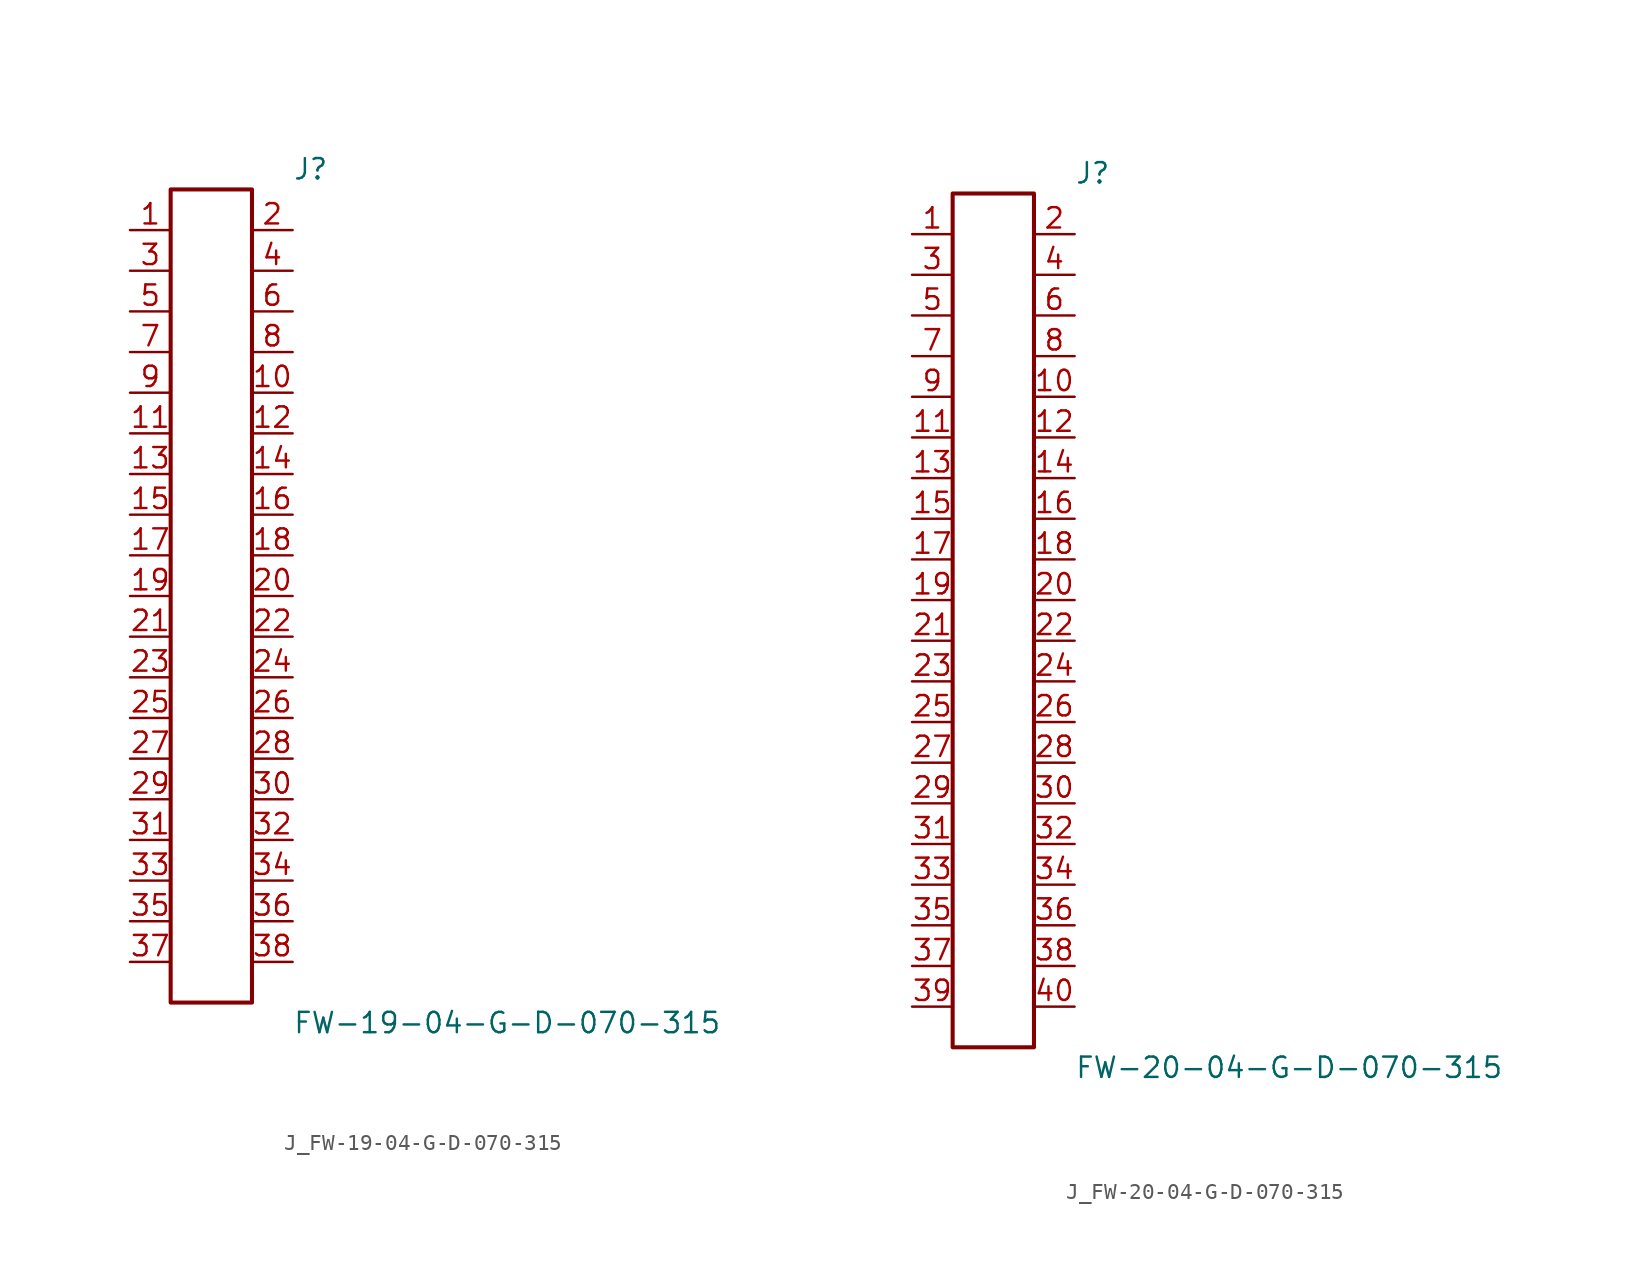
<source format=kicad_sym>
(kicad_symbol_lib
  (version 20231120)
  (generator kicad_symbol_editor)
  (generator_version 8.0)
  (symbol "J_FW-19-04-G-D-070-315"
    (pin_names
      (offset 0.254))
    (property "Reference" "J"
      (at 5.08 26.67 0)
      (effects (font (size 1.27 1.27)) (justify left)))
    (property "Value" "FW-19-04-G-D-070-315"
      (at 5.08 -26.67 0)
      (effects (font (size 1.27 1.27)) (justify left)))
    (symbol "J_FW-19-04-G-D-070-315_0_0"
      (pin passive line (at -5.08 22.86 0) (length 2.54) (name "" (effects (font (size 1.27 1.27)))) (number "1" (effects (font (size 1.27 1.27)))))
      (pin passive line (at 5.08 22.86 180) (length 2.54) (name "" (effects (font (size 1.27 1.27)))) (number "2" (effects (font (size 1.27 1.27)))))
      (pin passive line (at -5.08 20.32 0) (length 2.54) (name "" (effects (font (size 1.27 1.27)))) (number "3" (effects (font (size 1.27 1.27)))))
      (pin passive line (at 5.08 20.32 180) (length 2.54) (name "" (effects (font (size 1.27 1.27)))) (number "4" (effects (font (size 1.27 1.27)))))
      (pin passive line (at -5.08 17.78 0) (length 2.54) (name "" (effects (font (size 1.27 1.27)))) (number "5" (effects (font (size 1.27 1.27)))))
      (pin passive line (at 5.08 17.78 180) (length 2.54) (name "" (effects (font (size 1.27 1.27)))) (number "6" (effects (font (size 1.27 1.27)))))
      (pin passive line (at -5.08 15.24 0) (length 2.54) (name "" (effects (font (size 1.27 1.27)))) (number "7" (effects (font (size 1.27 1.27)))))
      (pin passive line (at 5.08 15.24 180) (length 2.54) (name "" (effects (font (size 1.27 1.27)))) (number "8" (effects (font (size 1.27 1.27)))))
      (pin passive line (at -5.08 12.7 0) (length 2.54) (name "" (effects (font (size 1.27 1.27)))) (number "9" (effects (font (size 1.27 1.27)))))
      (pin passive line (at 5.08 12.7 180) (length 2.54) (name "" (effects (font (size 1.27 1.27)))) (number "10" (effects (font (size 1.27 1.27)))))
      (pin passive line (at -5.08 10.16 0) (length 2.54) (name "" (effects (font (size 1.27 1.27)))) (number "11" (effects (font (size 1.27 1.27)))))
      (pin passive line (at 5.08 10.16 180) (length 2.54) (name "" (effects (font (size 1.27 1.27)))) (number "12" (effects (font (size 1.27 1.27)))))
      (pin passive line (at -5.08 7.62 0) (length 2.54) (name "" (effects (font (size 1.27 1.27)))) (number "13" (effects (font (size 1.27 1.27)))))
      (pin passive line (at 5.08 7.62 180) (length 2.54) (name "" (effects (font (size 1.27 1.27)))) (number "14" (effects (font (size 1.27 1.27)))))
      (pin passive line (at -5.08 5.08 0) (length 2.54) (name "" (effects (font (size 1.27 1.27)))) (number "15" (effects (font (size 1.27 1.27)))))
      (pin passive line (at 5.08 5.08 180) (length 2.54) (name "" (effects (font (size 1.27 1.27)))) (number "16" (effects (font (size 1.27 1.27)))))
      (pin passive line (at -5.08 2.54 0) (length 2.54) (name "" (effects (font (size 1.27 1.27)))) (number "17" (effects (font (size 1.27 1.27)))))
      (pin passive line (at 5.08 2.54 180) (length 2.54) (name "" (effects (font (size 1.27 1.27)))) (number "18" (effects (font (size 1.27 1.27)))))
      (pin passive line (at -5.08 0.0 0) (length 2.54) (name "" (effects (font (size 1.27 1.27)))) (number "19" (effects (font (size 1.27 1.27)))))
      (pin passive line (at 5.08 0.0 180) (length 2.54) (name "" (effects (font (size 1.27 1.27)))) (number "20" (effects (font (size 1.27 1.27)))))
      (pin passive line (at -5.08 -2.54 0) (length 2.54) (name "" (effects (font (size 1.27 1.27)))) (number "21" (effects (font (size 1.27 1.27)))))
      (pin passive line (at 5.08 -2.54 180) (length 2.54) (name "" (effects (font (size 1.27 1.27)))) (number "22" (effects (font (size 1.27 1.27)))))
      (pin passive line (at -5.08 -5.08 0) (length 2.54) (name "" (effects (font (size 1.27 1.27)))) (number "23" (effects (font (size 1.27 1.27)))))
      (pin passive line (at 5.08 -5.08 180) (length 2.54) (name "" (effects (font (size 1.27 1.27)))) (number "24" (effects (font (size 1.27 1.27)))))
      (pin passive line (at -5.08 -7.62 0) (length 2.54) (name "" (effects (font (size 1.27 1.27)))) (number "25" (effects (font (size 1.27 1.27)))))
      (pin passive line (at 5.08 -7.62 180) (length 2.54) (name "" (effects (font (size 1.27 1.27)))) (number "26" (effects (font (size 1.27 1.27)))))
      (pin passive line (at -5.08 -10.16 0) (length 2.54) (name "" (effects (font (size 1.27 1.27)))) (number "27" (effects (font (size 1.27 1.27)))))
      (pin passive line (at 5.08 -10.16 180) (length 2.54) (name "" (effects (font (size 1.27 1.27)))) (number "28" (effects (font (size 1.27 1.27)))))
      (pin passive line (at -5.08 -12.7 0) (length 2.54) (name "" (effects (font (size 1.27 1.27)))) (number "29" (effects (font (size 1.27 1.27)))))
      (pin passive line (at 5.08 -12.7 180) (length 2.54) (name "" (effects (font (size 1.27 1.27)))) (number "30" (effects (font (size 1.27 1.27)))))
      (pin passive line (at -5.08 -15.24 0) (length 2.54) (name "" (effects (font (size 1.27 1.27)))) (number "31" (effects (font (size 1.27 1.27)))))
      (pin passive line (at 5.08 -15.24 180) (length 2.54) (name "" (effects (font (size 1.27 1.27)))) (number "32" (effects (font (size 1.27 1.27)))))
      (pin passive line (at -5.08 -17.78 0) (length 2.54) (name "" (effects (font (size 1.27 1.27)))) (number "33" (effects (font (size 1.27 1.27)))))
      (pin passive line (at 5.08 -17.78 180) (length 2.54) (name "" (effects (font (size 1.27 1.27)))) (number "34" (effects (font (size 1.27 1.27)))))
      (pin passive line (at -5.08 -20.32 0) (length 2.54) (name "" (effects (font (size 1.27 1.27)))) (number "35" (effects (font (size 1.27 1.27)))))
      (pin passive line (at 5.08 -20.32 180) (length 2.54) (name "" (effects (font (size 1.27 1.27)))) (number "36" (effects (font (size 1.27 1.27)))))
      (pin passive line (at -5.08 -22.86 0) (length 2.54) (name "" (effects (font (size 1.27 1.27)))) (number "37" (effects (font (size 1.27 1.27)))))
      (pin passive line (at 5.08 -22.86 180) (length 2.54) (name "" (effects (font (size 1.27 1.27)))) (number "38" (effects (font (size 1.27 1.27))))))
    (symbol "J_FW-19-04-G-D-070-315_1_0"
      (rectangle (start -2.54 25.4) (end 2.54 -25.4) (stroke (width 0.254) (type solid)) (fill (type none)))))
  (symbol "J_FW-20-04-G-D-070-315"
    (pin_names
      (offset 0.254))
    (property "Reference" "J"
      (at 5.08 27.94 0)
      (effects (font (size 1.27 1.27)) (justify left)))
    (property "Value" "FW-20-04-G-D-070-315"
      (at 5.08 -27.94 0)
      (effects (font (size 1.27 1.27)) (justify left)))
    (symbol "J_FW-20-04-G-D-070-315_0_0"
      (pin passive line (at -5.08 24.13 0) (length 2.54) (name "" (effects (font (size 1.27 1.27)))) (number "1" (effects (font (size 1.27 1.27)))))
      (pin passive line (at 5.08 24.13 180) (length 2.54) (name "" (effects (font (size 1.27 1.27)))) (number "2" (effects (font (size 1.27 1.27)))))
      (pin passive line (at -5.08 21.59 0) (length 2.54) (name "" (effects (font (size 1.27 1.27)))) (number "3" (effects (font (size 1.27 1.27)))))
      (pin passive line (at 5.08 21.59 180) (length 2.54) (name "" (effects (font (size 1.27 1.27)))) (number "4" (effects (font (size 1.27 1.27)))))
      (pin passive line (at -5.08 19.05 0) (length 2.54) (name "" (effects (font (size 1.27 1.27)))) (number "5" (effects (font (size 1.27 1.27)))))
      (pin passive line (at 5.08 19.05 180) (length 2.54) (name "" (effects (font (size 1.27 1.27)))) (number "6" (effects (font (size 1.27 1.27)))))
      (pin passive line (at -5.08 16.51 0) (length 2.54) (name "" (effects (font (size 1.27 1.27)))) (number "7" (effects (font (size 1.27 1.27)))))
      (pin passive line (at 5.08 16.51 180) (length 2.54) (name "" (effects (font (size 1.27 1.27)))) (number "8" (effects (font (size 1.27 1.27)))))
      (pin passive line (at -5.08 13.97 0) (length 2.54) (name "" (effects (font (size 1.27 1.27)))) (number "9" (effects (font (size 1.27 1.27)))))
      (pin passive line (at 5.08 13.97 180) (length 2.54) (name "" (effects (font (size 1.27 1.27)))) (number "10" (effects (font (size 1.27 1.27)))))
      (pin passive line (at -5.08 11.43 0) (length 2.54) (name "" (effects (font (size 1.27 1.27)))) (number "11" (effects (font (size 1.27 1.27)))))
      (pin passive line (at 5.08 11.43 180) (length 2.54) (name "" (effects (font (size 1.27 1.27)))) (number "12" (effects (font (size 1.27 1.27)))))
      (pin passive line (at -5.08 8.89 0) (length 2.54) (name "" (effects (font (size 1.27 1.27)))) (number "13" (effects (font (size 1.27 1.27)))))
      (pin passive line (at 5.08 8.89 180) (length 2.54) (name "" (effects (font (size 1.27 1.27)))) (number "14" (effects (font (size 1.27 1.27)))))
      (pin passive line (at -5.08 6.35 0) (length 2.54) (name "" (effects (font (size 1.27 1.27)))) (number "15" (effects (font (size 1.27 1.27)))))
      (pin passive line (at 5.08 6.35 180) (length 2.54) (name "" (effects (font (size 1.27 1.27)))) (number "16" (effects (font (size 1.27 1.27)))))
      (pin passive line (at -5.08 3.81 0) (length 2.54) (name "" (effects (font (size 1.27 1.27)))) (number "17" (effects (font (size 1.27 1.27)))))
      (pin passive line (at 5.08 3.81 180) (length 2.54) (name "" (effects (font (size 1.27 1.27)))) (number "18" (effects (font (size 1.27 1.27)))))
      (pin passive line (at -5.08 1.27 0) (length 2.54) (name "" (effects (font (size 1.27 1.27)))) (number "19" (effects (font (size 1.27 1.27)))))
      (pin passive line (at 5.08 1.27 180) (length 2.54) (name "" (effects (font (size 1.27 1.27)))) (number "20" (effects (font (size 1.27 1.27)))))
      (pin passive line (at -5.08 -1.27 0) (length 2.54) (name "" (effects (font (size 1.27 1.27)))) (number "21" (effects (font (size 1.27 1.27)))))
      (pin passive line (at 5.08 -1.27 180) (length 2.54) (name "" (effects (font (size 1.27 1.27)))) (number "22" (effects (font (size 1.27 1.27)))))
      (pin passive line (at -5.08 -3.81 0) (length 2.54) (name "" (effects (font (size 1.27 1.27)))) (number "23" (effects (font (size 1.27 1.27)))))
      (pin passive line (at 5.08 -3.81 180) (length 2.54) (name "" (effects (font (size 1.27 1.27)))) (number "24" (effects (font (size 1.27 1.27)))))
      (pin passive line (at -5.08 -6.35 0) (length 2.54) (name "" (effects (font (size 1.27 1.27)))) (number "25" (effects (font (size 1.27 1.27)))))
      (pin passive line (at 5.08 -6.35 180) (length 2.54) (name "" (effects (font (size 1.27 1.27)))) (number "26" (effects (font (size 1.27 1.27)))))
      (pin passive line (at -5.08 -8.89 0) (length 2.54) (name "" (effects (font (size 1.27 1.27)))) (number "27" (effects (font (size 1.27 1.27)))))
      (pin passive line (at 5.08 -8.89 180) (length 2.54) (name "" (effects (font (size 1.27 1.27)))) (number "28" (effects (font (size 1.27 1.27)))))
      (pin passive line (at -5.08 -11.43 0) (length 2.54) (name "" (effects (font (size 1.27 1.27)))) (number "29" (effects (font (size 1.27 1.27)))))
      (pin passive line (at 5.08 -11.43 180) (length 2.54) (name "" (effects (font (size 1.27 1.27)))) (number "30" (effects (font (size 1.27 1.27)))))
      (pin passive line (at -5.08 -13.97 0) (length 2.54) (name "" (effects (font (size 1.27 1.27)))) (number "31" (effects (font (size 1.27 1.27)))))
      (pin passive line (at 5.08 -13.97 180) (length 2.54) (name "" (effects (font (size 1.27 1.27)))) (number "32" (effects (font (size 1.27 1.27)))))
      (pin passive line (at -5.08 -16.51 0) (length 2.54) (name "" (effects (font (size 1.27 1.27)))) (number "33" (effects (font (size 1.27 1.27)))))
      (pin passive line (at 5.08 -16.51 180) (length 2.54) (name "" (effects (font (size 1.27 1.27)))) (number "34" (effects (font (size 1.27 1.27)))))
      (pin passive line (at -5.08 -19.05 0) (length 2.54) (name "" (effects (font (size 1.27 1.27)))) (number "35" (effects (font (size 1.27 1.27)))))
      (pin passive line (at 5.08 -19.05 180) (length 2.54) (name "" (effects (font (size 1.27 1.27)))) (number "36" (effects (font (size 1.27 1.27)))))
      (pin passive line (at -5.08 -21.59 0) (length 2.54) (name "" (effects (font (size 1.27 1.27)))) (number "37" (effects (font (size 1.27 1.27)))))
      (pin passive line (at 5.08 -21.59 180) (length 2.54) (name "" (effects (font (size 1.27 1.27)))) (number "38" (effects (font (size 1.27 1.27)))))
      (pin passive line (at -5.08 -24.13 0) (length 2.54) (name "" (effects (font (size 1.27 1.27)))) (number "39" (effects (font (size 1.27 1.27)))))
      (pin passive line (at 5.08 -24.13 180) (length 2.54) (name "" (effects (font (size 1.27 1.27)))) (number "40" (effects (font (size 1.27 1.27))))))
    (symbol "J_FW-20-04-G-D-070-315_1_0"
      (rectangle (start -2.54 26.67) (end 2.54 -26.67) (stroke (width 0.254) (type solid)) (fill (type none))))))
</source>
